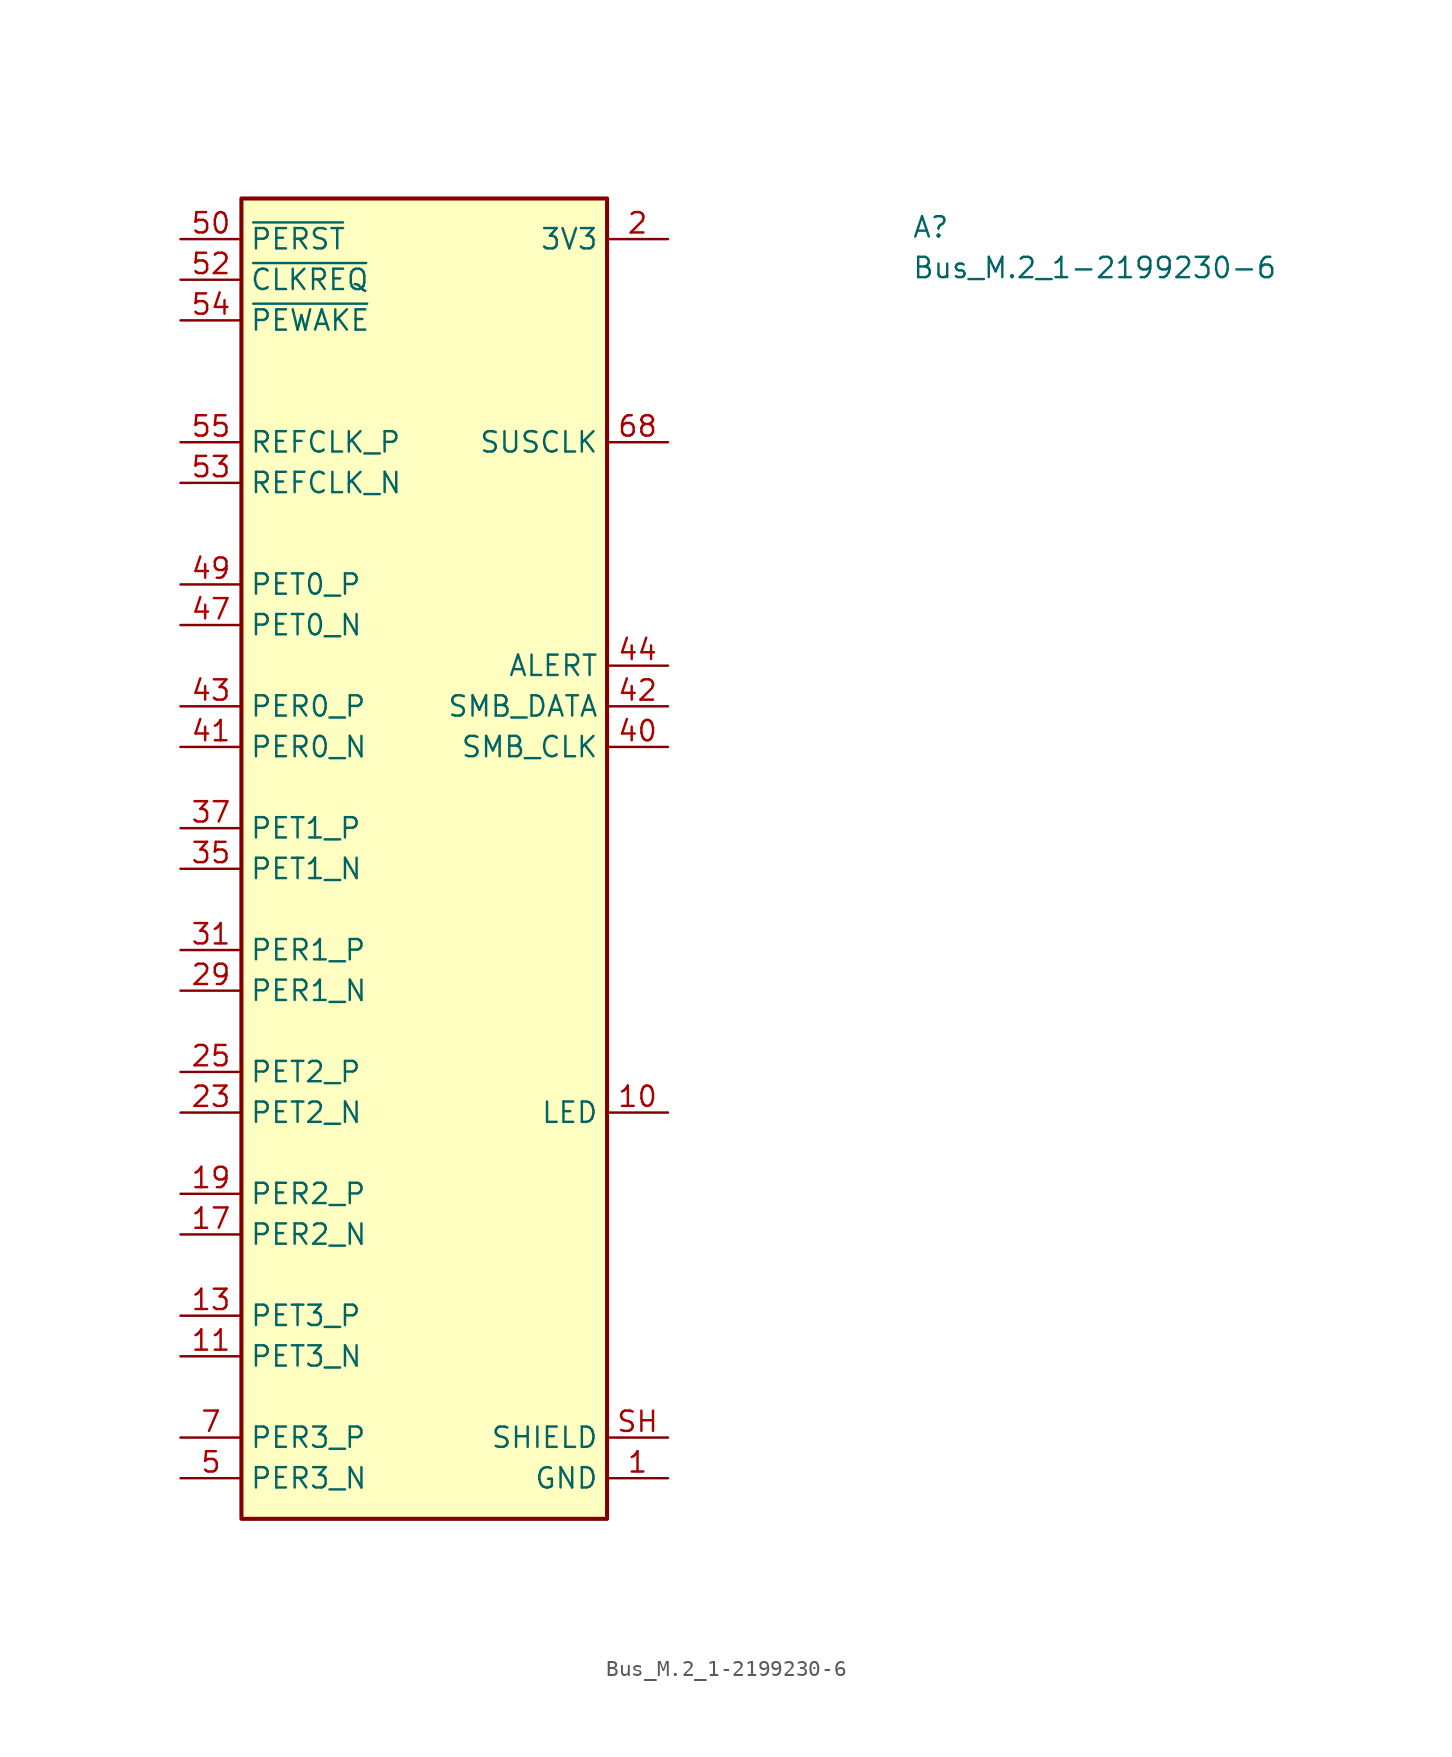
<source format=kicad_sym>
(kicad_symbol_lib
  (version 20211014)
  (generator kicad_symbol_editor)
  (symbol "Bus_M.2_1-2199230-6"
    (property "Reference" "A"
      (at 45.72 0 0)
      (effects (font (size 1.27 1.27) (thickness 0.15)) (justify left bottom)))
    (property "Value" "Bus_M.2_1-2199230-6"
      (at 45.72 -2.54 0)
      (effects (font (size 1.27 1.27) (thickness 0.15)) (justify left bottom)))
    (symbol "Bus_M.2_1-2199230-6_1_1"
      (rectangle (start 3.81 2.54) (end 26.67 -80.01) (stroke (width 0.254) (type default) (color 0 0 0 0)) (fill (type background)))
      (pin power_in line (at 30.48 -77.47 180) (length 3.81) (name "GND" (effects (font (size 1.27 1.27)))) (number "1" (effects (font (size 1.27 1.27)))))
      (pin passive line (at 30.48 -54.61 180) (length 3.81) (name "LED" (effects (font (size 1.27 1.27)))) (number "10" (effects (font (size 1.27 1.27)))))
      (pin input line (at 0 -69.85 0) (length 3.81) (name "PET3_N" (effects (font (size 1.27 1.27)))) (number "11" (effects (font (size 1.27 1.27)))))
      (pin passive line (at 30.48 0 180) (length 3.81) hide (name "3V3" (effects (font (size 1.27 1.27)))) (number "12" (effects (font (size 1.27 1.27)))))
      (pin input line (at 0 -67.31 0) (length 3.81) (name "PET3_P" (effects (font (size 1.27 1.27)))) (number "13" (effects (font (size 1.27 1.27)))))
      (pin passive line (at 30.48 0 180) (length 3.81) hide (name "3V3" (effects (font (size 1.27 1.27)))) (number "14" (effects (font (size 1.27 1.27)))))
      (pin passive line (at 30.48 -77.47 180) (length 3.81) hide (name "GND" (effects (font (size 1.27 1.27)))) (number "15" (effects (font (size 1.27 1.27)))))
      (pin passive line (at 30.48 0 180) (length 3.81) hide (name "3V3" (effects (font (size 1.27 1.27)))) (number "16" (effects (font (size 1.27 1.27)))))
      (pin output line (at 0 -62.23 0) (length 3.81) (name "PER2_N" (effects (font (size 1.27 1.27)))) (number "17" (effects (font (size 1.27 1.27)))))
      (pin passive line (at 30.48 0 180) (length 3.81) hide (name "3V3" (effects (font (size 1.27 1.27)))) (number "18" (effects (font (size 1.27 1.27)))))
      (pin output line (at 0 -59.69 0) (length 3.81) (name "PER2_P" (effects (font (size 1.27 1.27)))) (number "19" (effects (font (size 1.27 1.27)))))
      (pin power_in line (at 30.48 0 180) (length 3.81) (name "3V3" (effects (font (size 1.27 1.27)))) (number "2" (effects (font (size 1.27 1.27)))))
      (pin no_connect line (at 26.67 -59.69 180) (length 3.81) hide (name "NC" (effects (font (size 1.27 1.27)))) (number "20" (effects (font (size 1.27 1.27)))))
      (pin passive line (at 30.48 -77.47 180) (length 3.81) hide (name "GND" (effects (font (size 1.27 1.27)))) (number "21" (effects (font (size 1.27 1.27)))))
      (pin no_connect line (at 26.67 -60.96 180) (length 3.81) hide (name "NC" (effects (font (size 1.27 1.27)))) (number "22" (effects (font (size 1.27 1.27)))))
      (pin input line (at 0 -54.61 0) (length 3.81) (name "PET2_N" (effects (font (size 1.27 1.27)))) (number "23" (effects (font (size 1.27 1.27)))))
      (pin no_connect line (at 26.67 -62.23 180) (length 3.81) hide (name "NC" (effects (font (size 1.27 1.27)))) (number "24" (effects (font (size 1.27 1.27)))))
      (pin input line (at 0 -52.07 0) (length 3.81) (name "PET2_P" (effects (font (size 1.27 1.27)))) (number "25" (effects (font (size 1.27 1.27)))))
      (pin no_connect line (at 26.67 -63.5 180) (length 3.81) hide (name "NC" (effects (font (size 1.27 1.27)))) (number "26" (effects (font (size 1.27 1.27)))))
      (pin passive line (at 30.48 -77.47 180) (length 3.81) hide (name "GND" (effects (font (size 1.27 1.27)))) (number "27" (effects (font (size 1.27 1.27)))))
      (pin no_connect line (at 26.67 -64.77 180) (length 3.81) hide (name "NC" (effects (font (size 1.27 1.27)))) (number "28" (effects (font (size 1.27 1.27)))))
      (pin output line (at 0 -46.99 0) (length 3.81) (name "PER1_N" (effects (font (size 1.27 1.27)))) (number "29" (effects (font (size 1.27 1.27)))))
      (pin passive line (at 30.48 -77.47 180) (length 3.81) hide (name "GND" (effects (font (size 1.27 1.27)))) (number "3" (effects (font (size 1.27 1.27)))))
      (pin no_connect line (at 26.67 -66.04 180) (length 3.81) hide (name "NC" (effects (font (size 1.27 1.27)))) (number "30" (effects (font (size 1.27 1.27)))))
      (pin output line (at 0 -44.45 0) (length 3.81) (name "PER1_P" (effects (font (size 1.27 1.27)))) (number "31" (effects (font (size 1.27 1.27)))))
      (pin no_connect line (at 26.67 -67.31 180) (length 3.81) hide (name "NC" (effects (font (size 1.27 1.27)))) (number "32" (effects (font (size 1.27 1.27)))))
      (pin passive line (at 30.48 -77.47 180) (length 3.81) hide (name "GND" (effects (font (size 1.27 1.27)))) (number "33" (effects (font (size 1.27 1.27)))))
      (pin no_connect line (at 26.67 -69.85 180) (length 3.81) hide (name "NC" (effects (font (size 1.27 1.27)))) (number "34" (effects (font (size 1.27 1.27)))))
      (pin input line (at 0 -39.37 0) (length 3.81) (name "PET1_N" (effects (font (size 1.27 1.27)))) (number "35" (effects (font (size 1.27 1.27)))))
      (pin no_connect line (at 26.67 -71.12 180) (length 3.81) hide (name "NC" (effects (font (size 1.27 1.27)))) (number "36" (effects (font (size 1.27 1.27)))))
      (pin input line (at 0 -36.83 0) (length 3.81) (name "PET1_P" (effects (font (size 1.27 1.27)))) (number "37" (effects (font (size 1.27 1.27)))))
      (pin no_connect line (at 26.67 -72.39 180) (length 3.81) hide (name "NC" (effects (font (size 1.27 1.27)))) (number "38" (effects (font (size 1.27 1.27)))))
      (pin passive line (at 30.48 -77.47 180) (length 3.81) hide (name "GND" (effects (font (size 1.27 1.27)))) (number "39" (effects (font (size 1.27 1.27)))))
      (pin passive line (at 30.48 0 180) (length 3.81) hide (name "3V3" (effects (font (size 1.27 1.27)))) (number "4" (effects (font (size 1.27 1.27)))))
      (pin input line (at 30.48 -31.75 180) (length 3.81) (name "SMB_CLK" (effects (font (size 1.27 1.27)))) (number "40" (effects (font (size 1.27 1.27)))))
      (pin output line (at 0 -31.75 0) (length 3.81) (name "PER0_N" (effects (font (size 1.27 1.27)))) (number "41" (effects (font (size 1.27 1.27)))))
      (pin bidirectional line (at 30.48 -29.21 180) (length 3.81) (name "SMB_DATA" (effects (font (size 1.27 1.27)))) (number "42" (effects (font (size 1.27 1.27)))))
      (pin output line (at 0 -29.21 0) (length 3.81) (name "PER0_P" (effects (font (size 1.27 1.27)))) (number "43" (effects (font (size 1.27 1.27)))))
      (pin output line (at 30.48 -26.67 180) (length 3.81) (name "ALERT" (effects (font (size 1.27 1.27)))) (number "44" (effects (font (size 1.27 1.27)))))
      (pin passive line (at 30.48 -77.47 180) (length 3.81) hide (name "GND" (effects (font (size 1.27 1.27)))) (number "45" (effects (font (size 1.27 1.27)))))
      (pin no_connect line (at 26.67 -73.66 180) (length 3.81) hide (name "NC" (effects (font (size 1.27 1.27)))) (number "46" (effects (font (size 1.27 1.27)))))
      (pin input line (at 0 -24.13 0) (length 3.81) (name "PET0_N" (effects (font (size 1.27 1.27)))) (number "47" (effects (font (size 1.27 1.27)))))
      (pin no_connect line (at 26.67 -58.42 180) (length 3.81) hide (name "NC" (effects (font (size 1.27 1.27)))) (number "48" (effects (font (size 1.27 1.27)))))
      (pin input line (at 0 -21.59 0) (length 3.81) (name "PET0_P" (effects (font (size 1.27 1.27)))) (number "49" (effects (font (size 1.27 1.27)))))
      (pin output line (at 0 -77.47 0) (length 3.81) (name "PER3_N" (effects (font (size 1.27 1.27)))) (number "5" (effects (font (size 1.27 1.27)))))
      (pin input line (at 0 0 0) (length 3.81) (name "~{PERST}" (effects (font (size 1.27 1.27)))) (number "50" (effects (font (size 1.27 1.27)))))
      (pin passive line (at 30.48 -77.47 180) (length 3.81) hide (name "GND" (effects (font (size 1.27 1.27)))) (number "51" (effects (font (size 1.27 1.27)))))
      (pin output line (at 0 -2.54 0) (length 3.81) (name "~{CLKREQ}" (effects (font (size 1.27 1.27)))) (number "52" (effects (font (size 1.27 1.27)))))
      (pin input line (at 0 -15.24 0) (length 3.81) (name "REFCLK_N" (effects (font (size 1.27 1.27)))) (number "53" (effects (font (size 1.27 1.27)))))
      (pin input line (at 0 -5.08 0) (length 3.81) (name "~{PEWAKE}" (effects (font (size 1.27 1.27)))) (number "54" (effects (font (size 1.27 1.27)))))
      (pin input line (at 0 -12.7 0) (length 3.81) (name "REFCLK_P" (effects (font (size 1.27 1.27)))) (number "55" (effects (font (size 1.27 1.27)))))
      (pin no_connect line (at 26.67 -57.15 180) (length 3.81) hide (name "NC" (effects (font (size 1.27 1.27)))) (number "56" (effects (font (size 1.27 1.27)))))
      (pin passive line (at 30.48 -77.47 180) (length 3.81) hide (name "GND" (effects (font (size 1.27 1.27)))) (number "57" (effects (font (size 1.27 1.27)))))
      (pin no_connect line (at 26.67 -55.88 180) (length 3.81) hide (name "NC" (effects (font (size 1.27 1.27)))) (number "58" (effects (font (size 1.27 1.27)))))
      (pin no_connect line (at 26.67 -52.07 180) (length 3.81) hide (name "NC" (effects (font (size 1.27 1.27)))) (number "6" (effects (font (size 1.27 1.27)))))
      (pin no_connect line (at 26.67 -50.8 180) (length 3.81) hide (name "NC" (effects (font (size 1.27 1.27)))) (number "67" (effects (font (size 1.27 1.27)))))
      (pin input line (at 30.48 -12.7 180) (length 3.81) (name "SUSCLK" (effects (font (size 1.27 1.27)))) (number "68" (effects (font (size 1.27 1.27)))))
      (pin no_connect line (at 26.67 -49.53 180) (length 3.81) hide (name "NC" (effects (font (size 1.27 1.27)))) (number "69" (effects (font (size 1.27 1.27)))))
      (pin output line (at 0 -74.93 0) (length 3.81) (name "PER3_P" (effects (font (size 1.27 1.27)))) (number "7" (effects (font (size 1.27 1.27)))))
      (pin passive line (at 30.48 0 180) (length 3.81) hide (name "3V3" (effects (font (size 1.27 1.27)))) (number "70" (effects (font (size 1.27 1.27)))))
      (pin passive line (at 30.48 -77.47 180) (length 3.81) hide (name "GND" (effects (font (size 1.27 1.27)))) (number "71" (effects (font (size 1.27 1.27)))))
      (pin passive line (at 30.48 0 180) (length 3.81) hide (name "3V3" (effects (font (size 1.27 1.27)))) (number "72" (effects (font (size 1.27 1.27)))))
      (pin passive line (at 30.48 -77.47 180) (length 3.81) hide (name "GND" (effects (font (size 1.27 1.27)))) (number "73" (effects (font (size 1.27 1.27)))))
      (pin passive line (at 30.48 0 180) (length 3.81) hide (name "3V3" (effects (font (size 1.27 1.27)))) (number "74" (effects (font (size 1.27 1.27)))))
      (pin passive line (at 30.48 -77.47 180) (length 3.81) hide (name "GND" (effects (font (size 1.27 1.27)))) (number "75" (effects (font (size 1.27 1.27)))))
      (pin no_connect line (at 26.67 -68.58 180) (length 3.81) hide (name "NC" (effects (font (size 1.27 1.27)))) (number "8" (effects (font (size 1.27 1.27)))))
      (pin passive line (at 30.48 -77.47 180) (length 3.81) hide (name "GND" (effects (font (size 1.27 1.27)))) (number "9" (effects (font (size 1.27 1.27)))))
      (pin passive line (at 30.48 -74.93 180) (length 3.81) (name "SHIELD" (effects (font (size 1.27 1.27)))) (number "SH" (effects (font (size 1.27 1.27))))))))
</source>
